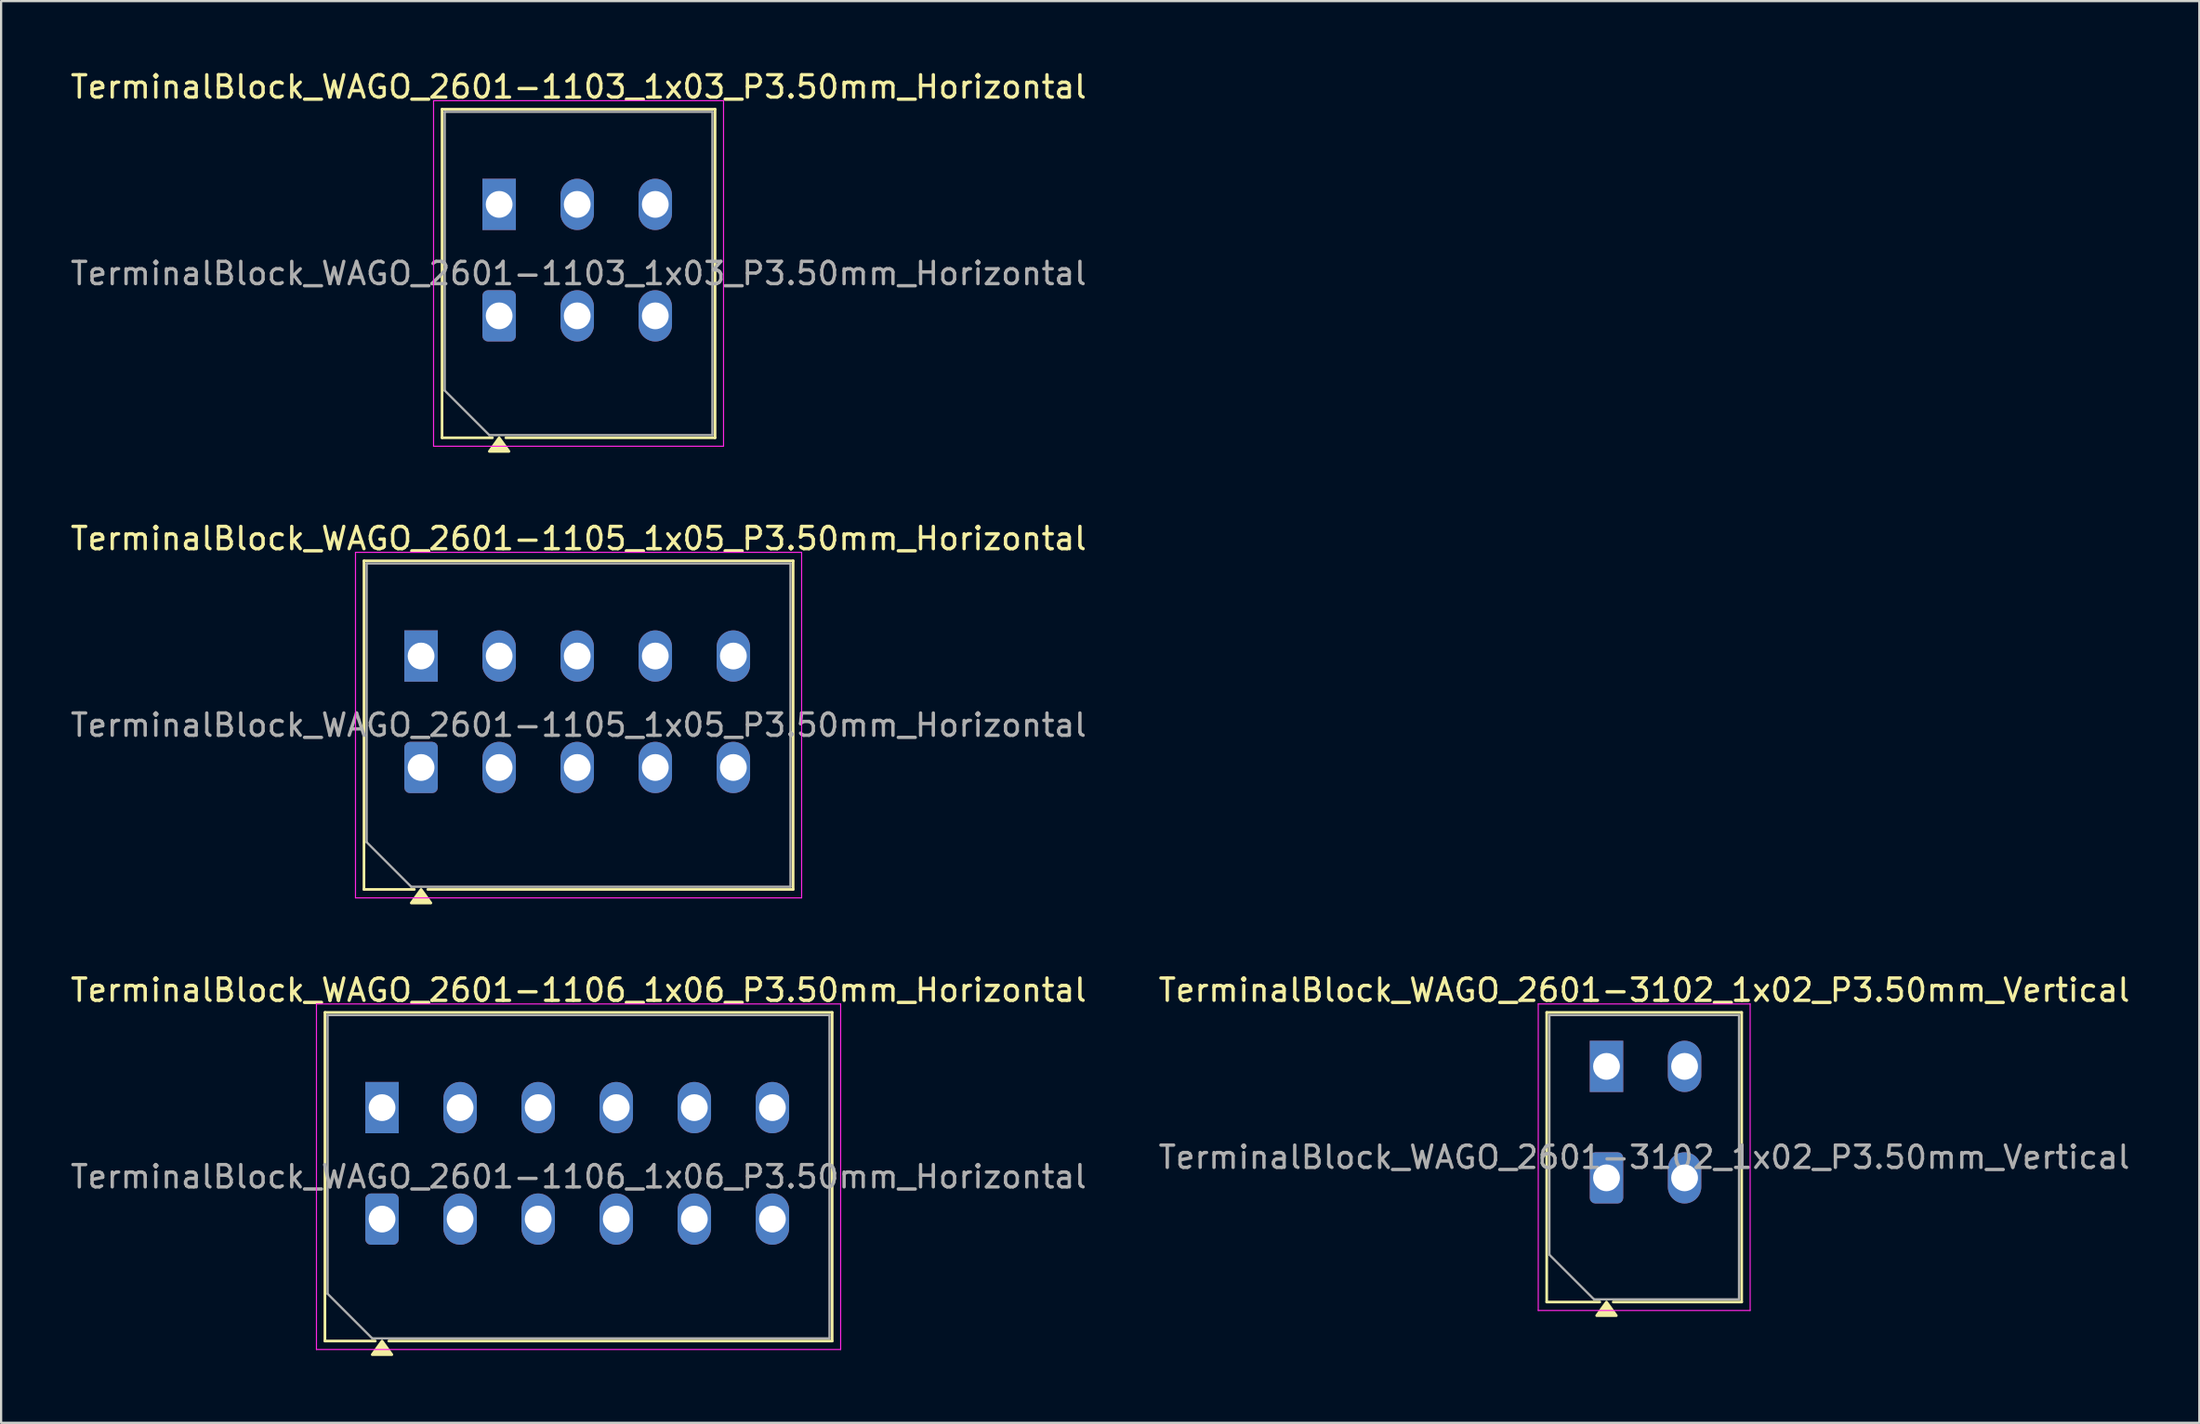
<source format=kicad_pcb>
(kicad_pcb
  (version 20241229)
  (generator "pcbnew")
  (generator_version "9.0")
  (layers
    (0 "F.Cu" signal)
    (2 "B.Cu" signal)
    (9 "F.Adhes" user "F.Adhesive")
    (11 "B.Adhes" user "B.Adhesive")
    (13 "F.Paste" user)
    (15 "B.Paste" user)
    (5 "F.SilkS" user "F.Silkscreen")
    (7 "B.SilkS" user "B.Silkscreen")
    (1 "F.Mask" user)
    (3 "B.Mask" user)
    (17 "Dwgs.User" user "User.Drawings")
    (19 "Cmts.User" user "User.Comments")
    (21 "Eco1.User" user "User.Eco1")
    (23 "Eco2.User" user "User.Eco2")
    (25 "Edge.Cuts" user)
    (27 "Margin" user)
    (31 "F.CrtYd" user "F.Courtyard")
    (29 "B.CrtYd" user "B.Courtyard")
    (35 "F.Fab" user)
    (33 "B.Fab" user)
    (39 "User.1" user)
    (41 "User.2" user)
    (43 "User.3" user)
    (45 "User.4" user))
  (footprint "TerminalBlock_WAGO_2601-3102_1x02_P3.50mm_Vertical"
    (layer "F.Cu")
    (at 68.971 49.785)
    (property "Reference" "TerminalBlock_WAGO_2601-3102_1x02_P3.50mm_Vertical" (at 1.69 -8.42 0) (layer "F.SilkS") (effects (font (size 1 1) (thickness 0.15))))
    (attr through_hole)
    (fp_line (start -2.68 -7.42) (end -2.68 5.57) (stroke (width 0.12) (type solid)) (layer "F.SilkS"))
    (fp_line (start -2.68 -7.42) (end 6.06 -7.42) (stroke (width 0.12) (type solid)) (layer "F.SilkS"))
    (fp_line (start -2.68 5.57) (end -0.3 5.57) (stroke (width 0.12) (type solid)) (layer "F.SilkS"))
    (fp_line (start 0.3 5.57) (end 6.06 5.57) (stroke (width 0.12) (type solid)) (layer "F.SilkS"))
    (fp_line (start 6.06 -7.42) (end 6.06 5.57) (stroke (width 0.12) (type solid)) (layer "F.SilkS"))
    (fp_poly (pts (xy 0 5.57) (xy 0.44 6.18) (xy -0.44 6.18)) (stroke (width 0.12) (type solid)) (fill yes) (layer "F.SilkS"))
    (fp_line (start -3.06 -7.8) (end -3.06 5.95) (stroke (width 0.05) (type solid)) (layer "F.CrtYd"))
    (fp_line (start -3.06 5.95) (end 6.44 5.95) (stroke (width 0.05) (type solid)) (layer "F.CrtYd"))
    (fp_line (start 6.44 -7.8) (end -3.06 -7.8) (stroke (width 0.05) (type solid)) (layer "F.CrtYd"))
    (fp_line (start 6.44 5.95) (end 6.44 -7.8) (stroke (width 0.05) (type solid)) (layer "F.CrtYd"))
    (fp_line (start -2.56 -7.3) (end 5.94 -7.3) (stroke (width 0.1) (type solid)) (layer "F.Fab"))
    (fp_line (start -2.56 3.45) (end -2.56 -7.3) (stroke (width 0.1) (type solid)) (layer "F.Fab"))
    (fp_line (start -0.56 5.45) (end -2.56 3.45) (stroke (width 0.1) (type solid)) (layer "F.Fab"))
    (fp_line (start 5.94 -7.3) (end 5.94 5.45) (stroke (width 0.1) (type solid)) (layer "F.Fab"))
    (fp_line (start 5.94 5.45) (end -0.56 5.45) (stroke (width 0.1) (type solid)) (layer "F.Fab"))
    (fp_text user "${REFERENCE}" (at 1.69 -0.925 0) (layer "F.Fab") (effects (font (size 1 1) (thickness 0.15))))
    (pad "1" thru_hole rect (at 0 -5) (size 1.5 2.3) (drill 1.2) (layers "*.Cu" "*.Mask"))
    (pad "1" thru_hole roundrect (at 0 0) (size 1.5 2.3) (drill 1.2) (layers "*.Cu" "*.Mask") (roundrect_rratio 0.167))
    (pad "2" thru_hole oval (at 3.5 -5) (size 1.5 2.3) (drill 1.2) (layers "*.Cu" "*.Mask"))
    (pad "2" thru_hole oval (at 3.5 0) (size 1.5 2.3) (drill 1.2) (layers "*.Cu" "*.Mask")))
  (footprint "TerminalBlock_WAGO_2601-1105_1x05_P3.50mm_Horizontal"
    (layer "F.Cu")
    (at 15.827 31.377)
    (property "Reference" "TerminalBlock_WAGO_2601-1105_1x05_P3.50mm_Horizontal" (at 7.06 -10.27 0) (layer "F.SilkS") (effects (font (size 1 1) (thickness 0.15))))
    (attr through_hole)
    (fp_line (start -2.56 -9.27) (end -2.56 5.47) (stroke (width 0.12) (type solid)) (layer "F.SilkS"))
    (fp_line (start -2.56 -9.27) (end 16.68 -9.27) (stroke (width 0.12) (type solid)) (layer "F.SilkS"))
    (fp_line (start -2.56 5.47) (end -0.3 5.47) (stroke (width 0.12) (type solid)) (layer "F.SilkS"))
    (fp_line (start 0.3 5.47) (end 16.68 5.47) (stroke (width 0.12) (type solid)) (layer "F.SilkS"))
    (fp_line (start 16.68 -9.27) (end 16.68 5.47) (stroke (width 0.12) (type solid)) (layer "F.SilkS"))
    (fp_poly (pts (xy 0 5.47) (xy 0.44 6.08) (xy -0.44 6.08)) (stroke (width 0.12) (type solid)) (fill yes) (layer "F.SilkS"))
    (fp_line (start -2.94 -9.65) (end -2.94 5.85) (stroke (width 0.05) (type solid)) (layer "F.CrtYd"))
    (fp_line (start -2.94 5.85) (end 17.06 5.85) (stroke (width 0.05) (type solid)) (layer "F.CrtYd"))
    (fp_line (start 17.06 -9.65) (end -2.94 -9.65) (stroke (width 0.05) (type solid)) (layer "F.CrtYd"))
    (fp_line (start 17.06 5.85) (end 17.06 -9.65) (stroke (width 0.05) (type solid)) (layer "F.CrtYd"))
    (fp_line (start -2.44 -9.15) (end 16.56 -9.15) (stroke (width 0.1) (type solid)) (layer "F.Fab"))
    (fp_line (start -2.44 3.35) (end -2.44 -9.15) (stroke (width 0.1) (type solid)) (layer "F.Fab"))
    (fp_line (start -0.44 5.35) (end -2.44 3.35) (stroke (width 0.1) (type solid)) (layer "F.Fab"))
    (fp_line (start 16.56 -9.15) (end 16.56 5.35) (stroke (width 0.1) (type solid)) (layer "F.Fab"))
    (fp_line (start 16.56 5.35) (end -0.44 5.35) (stroke (width 0.1) (type solid)) (layer "F.Fab"))
    (fp_text user "${REFERENCE}" (at 7.06 -1.9 0) (layer "F.Fab") (effects (font (size 1 1) (thickness 0.15))))
    (pad "1" thru_hole rect (at 0 -5) (size 1.5 2.3) (drill 1.2) (layers "*.Cu" "*.Mask"))
    (pad "1" thru_hole roundrect (at 0 0) (size 1.5 2.3) (drill 1.2) (layers "*.Cu" "*.Mask") (roundrect_rratio 0.167))
    (pad "2" thru_hole oval (at 3.5 -5) (size 1.5 2.3) (drill 1.2) (layers "*.Cu" "*.Mask"))
    (pad "2" thru_hole oval (at 3.5 0) (size 1.5 2.3) (drill 1.2) (layers "*.Cu" "*.Mask"))
    (pad "3" thru_hole oval (at 7 -5) (size 1.5 2.3) (drill 1.2) (layers "*.Cu" "*.Mask"))
    (pad "3" thru_hole oval (at 7 0) (size 1.5 2.3) (drill 1.2) (layers "*.Cu" "*.Mask"))
    (pad "4" thru_hole oval (at 10.5 -5) (size 1.5 2.3) (drill 1.2) (layers "*.Cu" "*.Mask"))
    (pad "4" thru_hole oval (at 10.5 0) (size 1.5 2.3) (drill 1.2) (layers "*.Cu" "*.Mask"))
    (pad "5" thru_hole oval (at 14 -5) (size 1.5 2.3) (drill 1.2) (layers "*.Cu" "*.Mask"))
    (pad "5" thru_hole oval (at 14 0) (size 1.5 2.3) (drill 1.2) (layers "*.Cu" "*.Mask")))
  (footprint "TerminalBlock_WAGO_2601-1106_1x06_P3.50mm_Horizontal"
    (layer "F.Cu")
    (at 14.077 51.635)
    (property "Reference" "TerminalBlock_WAGO_2601-1106_1x06_P3.50mm_Horizontal" (at 8.81 -10.27 0) (layer "F.SilkS") (effects (font (size 1 1) (thickness 0.15))))
    (attr through_hole)
    (fp_line (start -2.56 -9.27) (end -2.56 5.47) (stroke (width 0.12) (type solid)) (layer "F.SilkS"))
    (fp_line (start -2.56 -9.27) (end 20.18 -9.27) (stroke (width 0.12) (type solid)) (layer "F.SilkS"))
    (fp_line (start -2.56 5.47) (end -0.3 5.47) (stroke (width 0.12) (type solid)) (layer "F.SilkS"))
    (fp_line (start 0.3 5.47) (end 20.18 5.47) (stroke (width 0.12) (type solid)) (layer "F.SilkS"))
    (fp_line (start 20.18 -9.27) (end 20.18 5.47) (stroke (width 0.12) (type solid)) (layer "F.SilkS"))
    (fp_poly (pts (xy 0 5.47) (xy 0.44 6.08) (xy -0.44 6.08)) (stroke (width 0.12) (type solid)) (fill yes) (layer "F.SilkS"))
    (fp_line (start -2.94 -9.65) (end -2.94 5.85) (stroke (width 0.05) (type solid)) (layer "F.CrtYd"))
    (fp_line (start -2.94 5.85) (end 20.56 5.85) (stroke (width 0.05) (type solid)) (layer "F.CrtYd"))
    (fp_line (start 20.56 -9.65) (end -2.94 -9.65) (stroke (width 0.05) (type solid)) (layer "F.CrtYd"))
    (fp_line (start 20.56 5.85) (end 20.56 -9.65) (stroke (width 0.05) (type solid)) (layer "F.CrtYd"))
    (fp_line (start -2.44 -9.15) (end 20.06 -9.15) (stroke (width 0.1) (type solid)) (layer "F.Fab"))
    (fp_line (start -2.44 3.35) (end -2.44 -9.15) (stroke (width 0.1) (type solid)) (layer "F.Fab"))
    (fp_line (start -0.44 5.35) (end -2.44 3.35) (stroke (width 0.1) (type solid)) (layer "F.Fab"))
    (fp_line (start 20.06 -9.15) (end 20.06 5.35) (stroke (width 0.1) (type solid)) (layer "F.Fab"))
    (fp_line (start 20.06 5.35) (end -0.44 5.35) (stroke (width 0.1) (type solid)) (layer "F.Fab"))
    (fp_text user "${REFERENCE}" (at 8.81 -1.9 0) (layer "F.Fab") (effects (font (size 1 1) (thickness 0.15))))
    (pad "1" thru_hole rect (at 0 -5) (size 1.5 2.3) (drill 1.2) (layers "*.Cu" "*.Mask"))
    (pad "1" thru_hole roundrect (at 0 0) (size 1.5 2.3) (drill 1.2) (layers "*.Cu" "*.Mask") (roundrect_rratio 0.167))
    (pad "2" thru_hole oval (at 3.5 -5) (size 1.5 2.3) (drill 1.2) (layers "*.Cu" "*.Mask"))
    (pad "2" thru_hole oval (at 3.5 0) (size 1.5 2.3) (drill 1.2) (layers "*.Cu" "*.Mask"))
    (pad "3" thru_hole oval (at 7 -5) (size 1.5 2.3) (drill 1.2) (layers "*.Cu" "*.Mask"))
    (pad "3" thru_hole oval (at 7 0) (size 1.5 2.3) (drill 1.2) (layers "*.Cu" "*.Mask"))
    (pad "4" thru_hole oval (at 10.5 -5) (size 1.5 2.3) (drill 1.2) (layers "*.Cu" "*.Mask"))
    (pad "4" thru_hole oval (at 10.5 0) (size 1.5 2.3) (drill 1.2) (layers "*.Cu" "*.Mask"))
    (pad "5" thru_hole oval (at 14 -5) (size 1.5 2.3) (drill 1.2) (layers "*.Cu" "*.Mask"))
    (pad "5" thru_hole oval (at 14 0) (size 1.5 2.3) (drill 1.2) (layers "*.Cu" "*.Mask"))
    (pad "6" thru_hole oval (at 17.5 -5) (size 1.5 2.3) (drill 1.2) (layers "*.Cu" "*.Mask"))
    (pad "6" thru_hole oval (at 17.5 0) (size 1.5 2.3) (drill 1.2) (layers "*.Cu" "*.Mask")))
  (footprint "TerminalBlock_WAGO_2601-1103_1x03_P3.50mm_Horizontal"
    (layer "F.Cu")
    (at 19.327 11.118)
    (property "Reference" "TerminalBlock_WAGO_2601-1103_1x03_P3.50mm_Horizontal" (at 3.56 -10.27 0) (layer "F.SilkS") (effects (font (size 1 1) (thickness 0.15))))
    (attr through_hole)
    (fp_line (start -2.56 -9.27) (end -2.56 5.47) (stroke (width 0.12) (type solid)) (layer "F.SilkS"))
    (fp_line (start -2.56 -9.27) (end 9.68 -9.27) (stroke (width 0.12) (type solid)) (layer "F.SilkS"))
    (fp_line (start -2.56 5.47) (end -0.3 5.47) (stroke (width 0.12) (type solid)) (layer "F.SilkS"))
    (fp_line (start 0.3 5.47) (end 9.68 5.47) (stroke (width 0.12) (type solid)) (layer "F.SilkS"))
    (fp_line (start 9.68 -9.27) (end 9.68 5.47) (stroke (width 0.12) (type solid)) (layer "F.SilkS"))
    (fp_poly (pts (xy 0 5.47) (xy 0.44 6.08) (xy -0.44 6.08)) (stroke (width 0.12) (type solid)) (fill yes) (layer "F.SilkS"))
    (fp_line (start -2.94 -9.65) (end -2.94 5.85) (stroke (width 0.05) (type solid)) (layer "F.CrtYd"))
    (fp_line (start -2.94 5.85) (end 10.06 5.85) (stroke (width 0.05) (type solid)) (layer "F.CrtYd"))
    (fp_line (start 10.06 -9.65) (end -2.94 -9.65) (stroke (width 0.05) (type solid)) (layer "F.CrtYd"))
    (fp_line (start 10.06 5.85) (end 10.06 -9.65) (stroke (width 0.05) (type solid)) (layer "F.CrtYd"))
    (fp_line (start -2.44 -9.15) (end 9.56 -9.15) (stroke (width 0.1) (type solid)) (layer "F.Fab"))
    (fp_line (start -2.44 3.35) (end -2.44 -9.15) (stroke (width 0.1) (type solid)) (layer "F.Fab"))
    (fp_line (start -0.44 5.35) (end -2.44 3.35) (stroke (width 0.1) (type solid)) (layer "F.Fab"))
    (fp_line (start 9.56 -9.15) (end 9.56 5.35) (stroke (width 0.1) (type solid)) (layer "F.Fab"))
    (fp_line (start 9.56 5.35) (end -0.44 5.35) (stroke (width 0.1) (type solid)) (layer "F.Fab"))
    (fp_text user "${REFERENCE}" (at 3.56 -1.9 0) (layer "F.Fab") (effects (font (size 1 1) (thickness 0.15))))
    (pad "1" thru_hole rect (at 0 -5) (size 1.5 2.3) (drill 1.2) (layers "*.Cu" "*.Mask"))
    (pad "1" thru_hole roundrect (at 0 0) (size 1.5 2.3) (drill 1.2) (layers "*.Cu" "*.Mask") (roundrect_rratio 0.167))
    (pad "2" thru_hole oval (at 3.5 -5) (size 1.5 2.3) (drill 1.2) (layers "*.Cu" "*.Mask"))
    (pad "2" thru_hole oval (at 3.5 0) (size 1.5 2.3) (drill 1.2) (layers "*.Cu" "*.Mask"))
    (pad "3" thru_hole oval (at 7 -5) (size 1.5 2.3) (drill 1.2) (layers "*.Cu" "*.Mask"))
    (pad "3" thru_hole oval (at 7 0) (size 1.5 2.3) (drill 1.2) (layers "*.Cu" "*.Mask")))
  (gr_rect
    (start -3 -3)
    (end 95.548 60.775)
    (stroke (width 0.1) (type default))
    (fill no)
    (layer "Edge.Cuts")))
</source>
